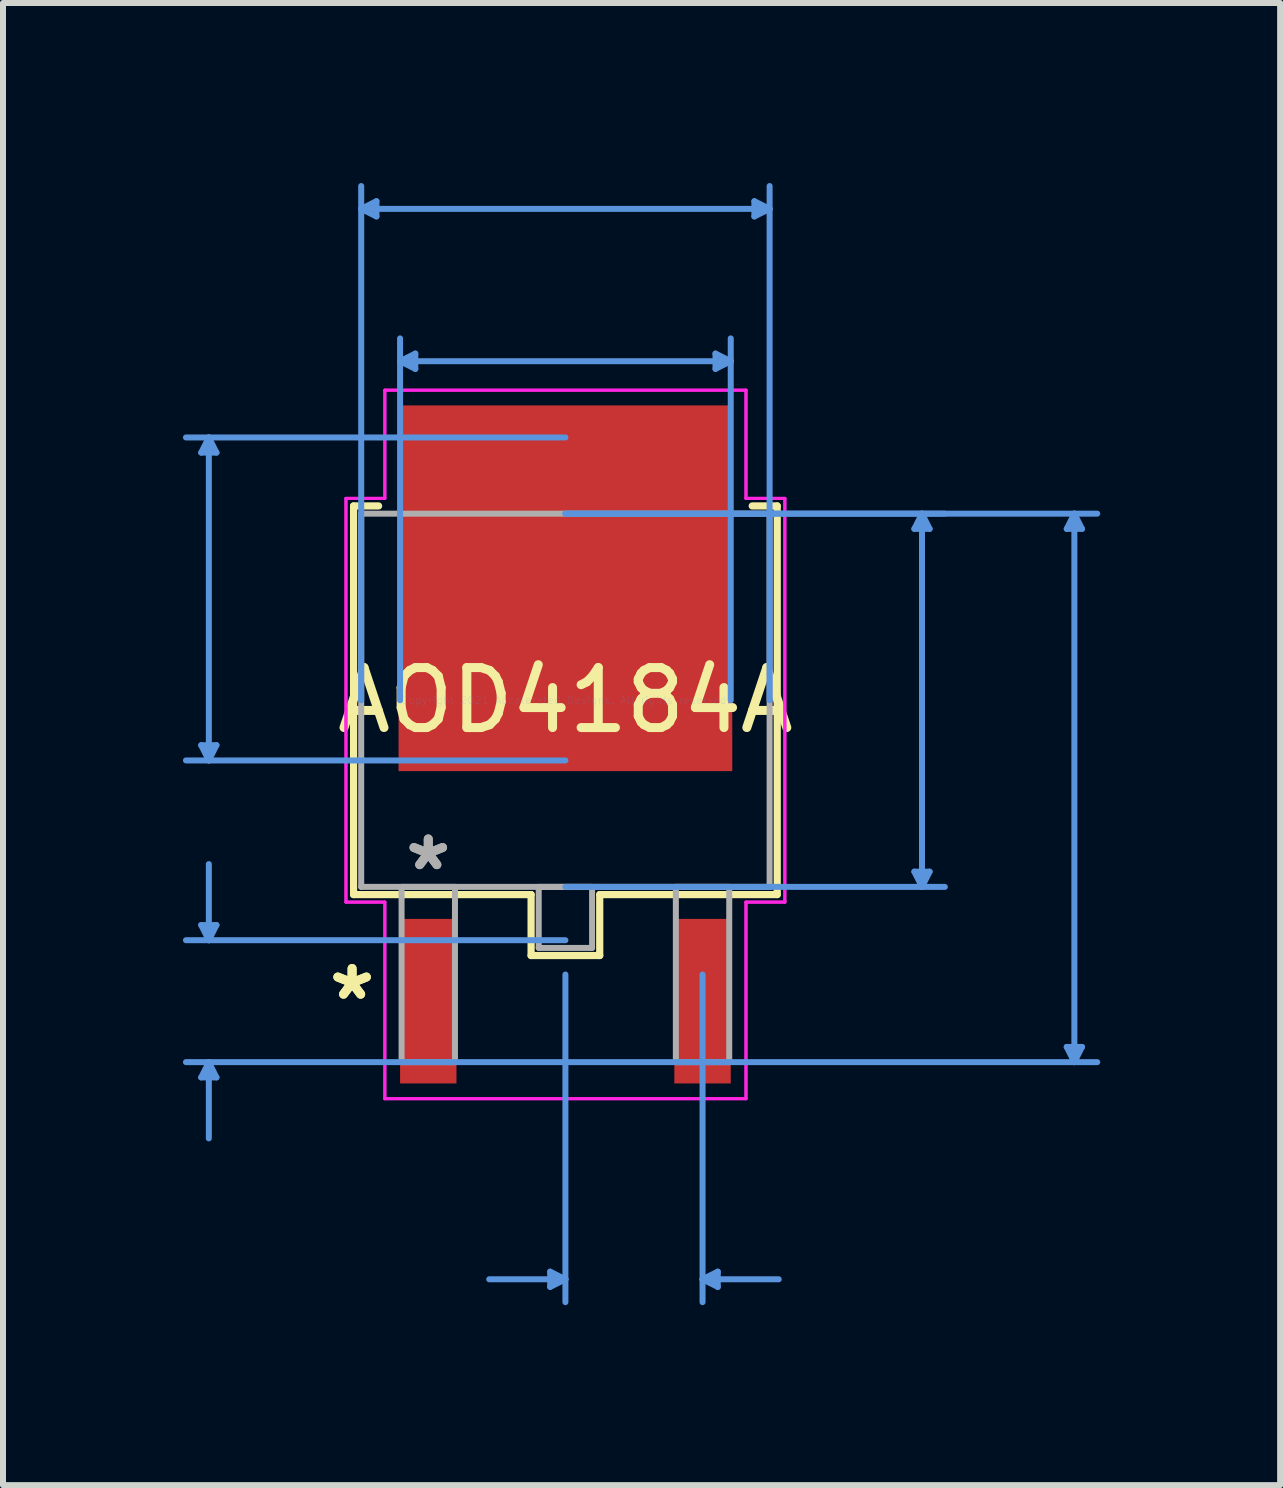
<source format=kicad_pcb>
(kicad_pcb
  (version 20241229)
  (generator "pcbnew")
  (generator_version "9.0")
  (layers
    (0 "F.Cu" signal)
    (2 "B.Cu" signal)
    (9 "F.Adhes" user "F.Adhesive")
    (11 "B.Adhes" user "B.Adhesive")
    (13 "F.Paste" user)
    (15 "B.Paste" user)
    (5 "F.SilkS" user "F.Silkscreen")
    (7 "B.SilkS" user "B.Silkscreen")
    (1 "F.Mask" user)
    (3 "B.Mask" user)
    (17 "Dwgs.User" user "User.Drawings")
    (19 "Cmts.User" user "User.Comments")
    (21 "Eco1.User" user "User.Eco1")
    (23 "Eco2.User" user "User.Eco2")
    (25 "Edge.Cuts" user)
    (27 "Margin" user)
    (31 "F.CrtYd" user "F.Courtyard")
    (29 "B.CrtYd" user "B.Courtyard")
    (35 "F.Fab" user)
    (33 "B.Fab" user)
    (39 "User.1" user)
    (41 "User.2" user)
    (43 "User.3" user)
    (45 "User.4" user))
  (footprint "AOD4184A"
    (layer "F.Cu")
    (at 6.375 8.623)
    (property "Reference" "AOD4184A" (at 0 0 0) (layer "F.SilkS") (effects (font (size 1 1) (thickness 0.15))))
    (attr through_hole)
    (fp_line (start -3.531 -3.239) (end -3.531 3.239) (stroke (width 0.12) (type solid)) (layer "F.SilkS"))
    (fp_line (start -3.531 3.239) (end -0.572 3.239) (stroke (width 0.12) (type solid)) (layer "F.SilkS"))
    (fp_line (start -3.114 -3.239) (end -3.531 -3.239) (stroke (width 0.12) (type solid)) (layer "F.SilkS"))
    (fp_line (start -0.572 3.239) (end -0.572 4.255) (stroke (width 0.12) (type solid)) (layer "F.SilkS"))
    (fp_line (start -0.572 4.255) (end 0.572 4.255) (stroke (width 0.12) (type solid)) (layer "F.SilkS"))
    (fp_line (start 0.572 3.239) (end 3.531 3.239) (stroke (width 0.12) (type solid)) (layer "F.SilkS"))
    (fp_line (start 0.572 4.255) (end 0.572 3.239) (stroke (width 0.12) (type solid)) (layer "F.SilkS"))
    (fp_line (start 3.531 -3.239) (end 3.114 -3.239) (stroke (width 0.12) (type solid)) (layer "F.SilkS"))
    (fp_line (start 3.531 3.239) (end 3.531 -3.239) (stroke (width 0.12) (type solid)) (layer "F.SilkS"))
    (fp_line (start -6.071 -4.128) (end -5.817 -4.128) (stroke (width 0.1) (type solid)) (layer "Cmts.User"))
    (fp_line (start -6.071 0.749) (end -5.817 0.749) (stroke (width 0.1) (type solid)) (layer "Cmts.User"))
    (fp_line (start -6.071 3.747) (end -5.817 3.747) (stroke (width 0.1) (type solid)) (layer "Cmts.User"))
    (fp_line (start -6.071 6.287) (end -5.817 6.287) (stroke (width 0.1) (type solid)) (layer "Cmts.User"))
    (fp_line (start -5.944 -4.381) (end -6.071 -4.128) (stroke (width 0.1) (type solid)) (layer "Cmts.User"))
    (fp_line (start -5.944 -4.381) (end -5.944 1.003) (stroke (width 0.1) (type solid)) (layer "Cmts.User"))
    (fp_line (start -5.944 -4.381) (end -5.817 -4.128) (stroke (width 0.1) (type solid)) (layer "Cmts.User"))
    (fp_line (start -5.944 1.003) (end -6.071 0.749) (stroke (width 0.1) (type solid)) (layer "Cmts.User"))
    (fp_line (start -5.944 1.003) (end -5.817 0.749) (stroke (width 0.1) (type solid)) (layer "Cmts.User"))
    (fp_line (start -5.944 4) (end -6.071 3.747) (stroke (width 0.1) (type solid)) (layer "Cmts.User"))
    (fp_line (start -5.944 4) (end -5.944 2.731) (stroke (width 0.1) (type solid)) (layer "Cmts.User"))
    (fp_line (start -5.944 4) (end -5.817 3.747) (stroke (width 0.1) (type solid)) (layer "Cmts.User"))
    (fp_line (start -5.944 6.032) (end -6.071 6.287) (stroke (width 0.1) (type solid)) (layer "Cmts.User"))
    (fp_line (start -5.944 6.032) (end -5.944 7.303) (stroke (width 0.1) (type solid)) (layer "Cmts.User"))
    (fp_line (start -5.944 6.032) (end -5.817 6.287) (stroke (width 0.1) (type solid)) (layer "Cmts.User"))
    (fp_line (start -3.404 -8.191) (end -3.15 -8.319) (stroke (width 0.1) (type solid)) (layer "Cmts.User"))
    (fp_line (start -3.404 -8.191) (end -3.15 -8.065) (stroke (width 0.1) (type solid)) (layer "Cmts.User"))
    (fp_line (start -3.404 -8.191) (end 3.404 -8.191) (stroke (width 0.1) (type solid)) (layer "Cmts.User"))
    (fp_line (start -3.404 0) (end -3.404 -8.572) (stroke (width 0.1) (type solid)) (layer "Cmts.User"))
    (fp_line (start -3.15 -8.319) (end -3.15 -8.065) (stroke (width 0.1) (type solid)) (layer "Cmts.User"))
    (fp_line (start -2.756 -5.652) (end -2.502 -5.779) (stroke (width 0.1) (type solid)) (layer "Cmts.User"))
    (fp_line (start -2.756 -5.652) (end -2.502 -5.524) (stroke (width 0.1) (type solid)) (layer "Cmts.User"))
    (fp_line (start -2.756 -5.652) (end 2.756 -5.652) (stroke (width 0.1) (type solid)) (layer "Cmts.User"))
    (fp_line (start -2.756 0) (end -2.756 -6.032) (stroke (width 0.1) (type solid)) (layer "Cmts.User"))
    (fp_line (start -2.502 -5.779) (end -2.502 -5.524) (stroke (width 0.1) (type solid)) (layer "Cmts.User"))
    (fp_line (start -0.254 9.525) (end -0.254 9.779) (stroke (width 0.1) (type solid)) (layer "Cmts.User"))
    (fp_line (start 0 -4.381) (end -6.325 -4.381) (stroke (width 0.1) (type solid)) (layer "Cmts.User"))
    (fp_line (start 0 -3.111) (end 6.325 -3.111) (stroke (width 0.1) (type solid)) (layer "Cmts.User"))
    (fp_line (start 0 -3.111) (end 8.865 -3.111) (stroke (width 0.1) (type solid)) (layer "Cmts.User"))
    (fp_line (start 0 1.003) (end -6.325 1.003) (stroke (width 0.1) (type solid)) (layer "Cmts.User"))
    (fp_line (start 0 3.111) (end 6.325 3.111) (stroke (width 0.1) (type solid)) (layer "Cmts.User"))
    (fp_line (start 0 4) (end -6.325 4) (stroke (width 0.1) (type solid)) (layer "Cmts.User"))
    (fp_line (start 0 4.572) (end 0 10.033) (stroke (width 0.1) (type solid)) (layer "Cmts.User"))
    (fp_line (start 0 6.032) (end -6.325 6.032) (stroke (width 0.1) (type solid)) (layer "Cmts.User"))
    (fp_line (start 0 6.032) (end 8.865 6.032) (stroke (width 0.1) (type solid)) (layer "Cmts.User"))
    (fp_line (start 0 9.652) (end -1.27 9.652) (stroke (width 0.1) (type solid)) (layer "Cmts.User"))
    (fp_line (start 0 9.652) (end -0.254 9.525) (stroke (width 0.1) (type solid)) (layer "Cmts.User"))
    (fp_line (start 0 9.652) (end -0.254 9.779) (stroke (width 0.1) (type solid)) (layer "Cmts.User"))
    (fp_line (start 2.286 4.572) (end 2.286 10.033) (stroke (width 0.1) (type solid)) (layer "Cmts.User"))
    (fp_line (start 2.286 9.652) (end 2.54 9.525) (stroke (width 0.1) (type solid)) (layer "Cmts.User"))
    (fp_line (start 2.286 9.652) (end 2.54 9.779) (stroke (width 0.1) (type solid)) (layer "Cmts.User"))
    (fp_line (start 2.286 9.652) (end 3.556 9.652) (stroke (width 0.1) (type solid)) (layer "Cmts.User"))
    (fp_line (start 2.502 -5.779) (end 2.502 -5.524) (stroke (width 0.1) (type solid)) (layer "Cmts.User"))
    (fp_line (start 2.54 9.525) (end 2.54 9.779) (stroke (width 0.1) (type solid)) (layer "Cmts.User"))
    (fp_line (start 2.756 -5.652) (end 2.502 -5.779) (stroke (width 0.1) (type solid)) (layer "Cmts.User"))
    (fp_line (start 2.756 -5.652) (end 2.502 -5.524) (stroke (width 0.1) (type solid)) (layer "Cmts.User"))
    (fp_line (start 2.756 0) (end 2.756 -6.032) (stroke (width 0.1) (type solid)) (layer "Cmts.User"))
    (fp_line (start 3.15 -8.319) (end 3.15 -8.065) (stroke (width 0.1) (type solid)) (layer "Cmts.User"))
    (fp_line (start 3.404 -8.191) (end 3.15 -8.319) (stroke (width 0.1) (type solid)) (layer "Cmts.User"))
    (fp_line (start 3.404 -8.191) (end 3.15 -8.065) (stroke (width 0.1) (type solid)) (layer "Cmts.User"))
    (fp_line (start 3.404 0) (end 3.404 -8.572) (stroke (width 0.1) (type solid)) (layer "Cmts.User"))
    (fp_line (start 5.817 -2.857) (end 6.071 -2.857) (stroke (width 0.1) (type solid)) (layer "Cmts.User"))
    (fp_line (start 5.817 2.857) (end 6.071 2.857) (stroke (width 0.1) (type solid)) (layer "Cmts.User"))
    (fp_line (start 5.944 -3.111) (end 5.817 -2.857) (stroke (width 0.1) (type solid)) (layer "Cmts.User"))
    (fp_line (start 5.944 -3.111) (end 5.944 3.111) (stroke (width 0.1) (type solid)) (layer "Cmts.User"))
    (fp_line (start 5.944 -3.111) (end 6.071 -2.857) (stroke (width 0.1) (type solid)) (layer "Cmts.User"))
    (fp_line (start 5.944 3.111) (end 5.817 2.857) (stroke (width 0.1) (type solid)) (layer "Cmts.User"))
    (fp_line (start 5.944 3.111) (end 6.071 2.857) (stroke (width 0.1) (type solid)) (layer "Cmts.User"))
    (fp_line (start 8.357 -2.857) (end 8.611 -2.857) (stroke (width 0.1) (type solid)) (layer "Cmts.User"))
    (fp_line (start 8.357 5.779) (end 8.611 5.779) (stroke (width 0.1) (type solid)) (layer "Cmts.User"))
    (fp_line (start 8.484 -3.111) (end 8.357 -2.857) (stroke (width 0.1) (type solid)) (layer "Cmts.User"))
    (fp_line (start 8.484 -3.111) (end 8.484 6.032) (stroke (width 0.1) (type solid)) (layer "Cmts.User"))
    (fp_line (start 8.484 -3.111) (end 8.611 -2.857) (stroke (width 0.1) (type solid)) (layer "Cmts.User"))
    (fp_line (start 8.484 6.032) (end 8.357 5.779) (stroke (width 0.1) (type solid)) (layer "Cmts.User"))
    (fp_line (start 8.484 6.032) (end 8.611 5.779) (stroke (width 0.1) (type solid)) (layer "Cmts.User"))
    (fp_line (start -3.658 -3.365) (end -3.01 -3.365) (stroke (width 0.05) (type solid)) (layer "F.CrtYd"))
    (fp_line (start -3.658 -3.365) (end -3.01 -3.365) (stroke (width 0.05) (type solid)) (layer "F.CrtYd"))
    (fp_line (start -3.658 3.365) (end -3.658 -3.365) (stroke (width 0.05) (type solid)) (layer "F.CrtYd"))
    (fp_line (start -3.658 3.365) (end -3.658 -3.365) (stroke (width 0.05) (type solid)) (layer "F.CrtYd"))
    (fp_line (start -3.01 -5.169) (end 3.01 -5.169) (stroke (width 0.05) (type solid)) (layer "F.CrtYd"))
    (fp_line (start -3.01 -5.169) (end 3.01 -5.169) (stroke (width 0.05) (type solid)) (layer "F.CrtYd"))
    (fp_line (start -3.01 -3.365) (end -3.01 -5.169) (stroke (width 0.05) (type solid)) (layer "F.CrtYd"))
    (fp_line (start -3.01 -3.365) (end -3.01 -5.169) (stroke (width 0.05) (type solid)) (layer "F.CrtYd"))
    (fp_line (start -3.01 3.365) (end -3.658 3.365) (stroke (width 0.05) (type solid)) (layer "F.CrtYd"))
    (fp_line (start -3.01 3.365) (end -3.658 3.365) (stroke (width 0.05) (type solid)) (layer "F.CrtYd"))
    (fp_line (start -3.01 6.642) (end -3.01 3.365) (stroke (width 0.05) (type solid)) (layer "F.CrtYd"))
    (fp_line (start -3.01 6.642) (end -3.01 3.365) (stroke (width 0.05) (type solid)) (layer "F.CrtYd"))
    (fp_line (start 3.01 -5.169) (end 3.01 -3.365) (stroke (width 0.05) (type solid)) (layer "F.CrtYd"))
    (fp_line (start 3.01 -5.169) (end 3.01 -3.365) (stroke (width 0.05) (type solid)) (layer "F.CrtYd"))
    (fp_line (start 3.01 -3.365) (end 3.658 -3.365) (stroke (width 0.05) (type solid)) (layer "F.CrtYd"))
    (fp_line (start 3.01 -3.365) (end 3.658 -3.365) (stroke (width 0.05) (type solid)) (layer "F.CrtYd"))
    (fp_line (start 3.01 3.365) (end 3.01 6.642) (stroke (width 0.05) (type solid)) (layer "F.CrtYd"))
    (fp_line (start 3.01 3.365) (end 3.01 6.642) (stroke (width 0.05) (type solid)) (layer "F.CrtYd"))
    (fp_line (start 3.01 6.642) (end -3.01 6.642) (stroke (width 0.05) (type solid)) (layer "F.CrtYd"))
    (fp_line (start 3.01 6.642) (end -3.01 6.642) (stroke (width 0.05) (type solid)) (layer "F.CrtYd"))
    (fp_line (start 3.658 -3.365) (end 3.658 3.365) (stroke (width 0.05) (type solid)) (layer "F.CrtYd"))
    (fp_line (start 3.658 -3.365) (end 3.658 3.365) (stroke (width 0.05) (type solid)) (layer "F.CrtYd"))
    (fp_line (start 3.658 3.365) (end 3.01 3.365) (stroke (width 0.05) (type solid)) (layer "F.CrtYd"))
    (fp_line (start 3.658 3.365) (end 3.01 3.365) (stroke (width 0.05) (type solid)) (layer "F.CrtYd"))
    (fp_line (start -3.404 -3.111) (end -3.404 3.111) (stroke (width 0.1) (type solid)) (layer "F.Fab"))
    (fp_line (start -3.404 3.111) (end 3.404 3.111) (stroke (width 0.1) (type solid)) (layer "F.Fab"))
    (fp_line (start -2.731 3.111) (end -2.731 6.032) (stroke (width 0.1) (type solid)) (layer "F.Fab"))
    (fp_line (start -2.731 6.032) (end -1.841 6.032) (stroke (width 0.1) (type solid)) (layer "F.Fab"))
    (fp_line (start -1.841 3.111) (end -2.731 3.111) (stroke (width 0.1) (type solid)) (layer "F.Fab"))
    (fp_line (start -1.841 6.032) (end -1.841 3.111) (stroke (width 0.1) (type solid)) (layer "F.Fab"))
    (fp_line (start -0.445 3.111) (end -0.445 4.128) (stroke (width 0.1) (type solid)) (layer "F.Fab"))
    (fp_line (start -0.445 4.128) (end 0.445 4.128) (stroke (width 0.1) (type solid)) (layer "F.Fab"))
    (fp_line (start 0.445 3.111) (end -0.445 3.111) (stroke (width 0.1) (type solid)) (layer "F.Fab"))
    (fp_line (start 0.445 4.128) (end 0.445 3.111) (stroke (width 0.1) (type solid)) (layer "F.Fab"))
    (fp_line (start 1.841 3.111) (end 1.841 6.032) (stroke (width 0.1) (type solid)) (layer "F.Fab"))
    (fp_line (start 1.841 6.032) (end 2.731 6.032) (stroke (width 0.1) (type solid)) (layer "F.Fab"))
    (fp_line (start 2.731 3.111) (end 1.841 3.111) (stroke (width 0.1) (type solid)) (layer "F.Fab"))
    (fp_line (start 2.731 6.032) (end 2.731 3.111) (stroke (width 0.1) (type solid)) (layer "F.Fab"))
    (fp_line (start 3.404 -3.111) (end -3.404 -3.111) (stroke (width 0.1) (type solid)) (layer "F.Fab"))
    (fp_line (start 3.404 3.111) (end 3.404 -3.111) (stroke (width 0.1) (type solid)) (layer "F.Fab"))
    (fp_text user "*" (at -3.556 5.016 0) (layer "F.SilkS") (effects (font (size 1 1) (thickness 0.15))))
    (fp_text user "*" (at -3.556 5.016 0) (layer "F.SilkS") (effects (font (size 1 1) (thickness 0.15))))
    (fp_text user "Copyright 2021 Accelerated Designs. All rights reserved." (at 0 0 0) (layer "Cmts.User") (effects (font (size 0.127 0.127) (thickness 0.002))))
    (fp_text user "*" (at -2.286 2.857 0) (layer "F.Fab") (effects (font (size 1 1) (thickness 0.15))))
    (fp_text user "*" (at -2.286 2.857 0) (layer "F.Fab") (effects (font (size 1 1) (thickness 0.15))))
    (pad "1" smd rect (at -2.286 5.016) (size 0.94 2.743) (layers "F.Cu" "F.Mask" "F.Paste"))
    (pad "2" smd rect (at 0 -1.867) (size 5.563 6.096) (layers "F.Cu" "F.Mask" "F.Paste"))
    (pad "3" smd rect (at 2.286 5.016) (size 0.94 2.743) (layers "F.Cu" "F.Mask" "F.Paste")))
  (gr_rect
    (start -3 -3)
    (end 18.289 21.706)
    (stroke (width 0.1) (type default))
    (fill no)
    (layer "Edge.Cuts")))
</source>
